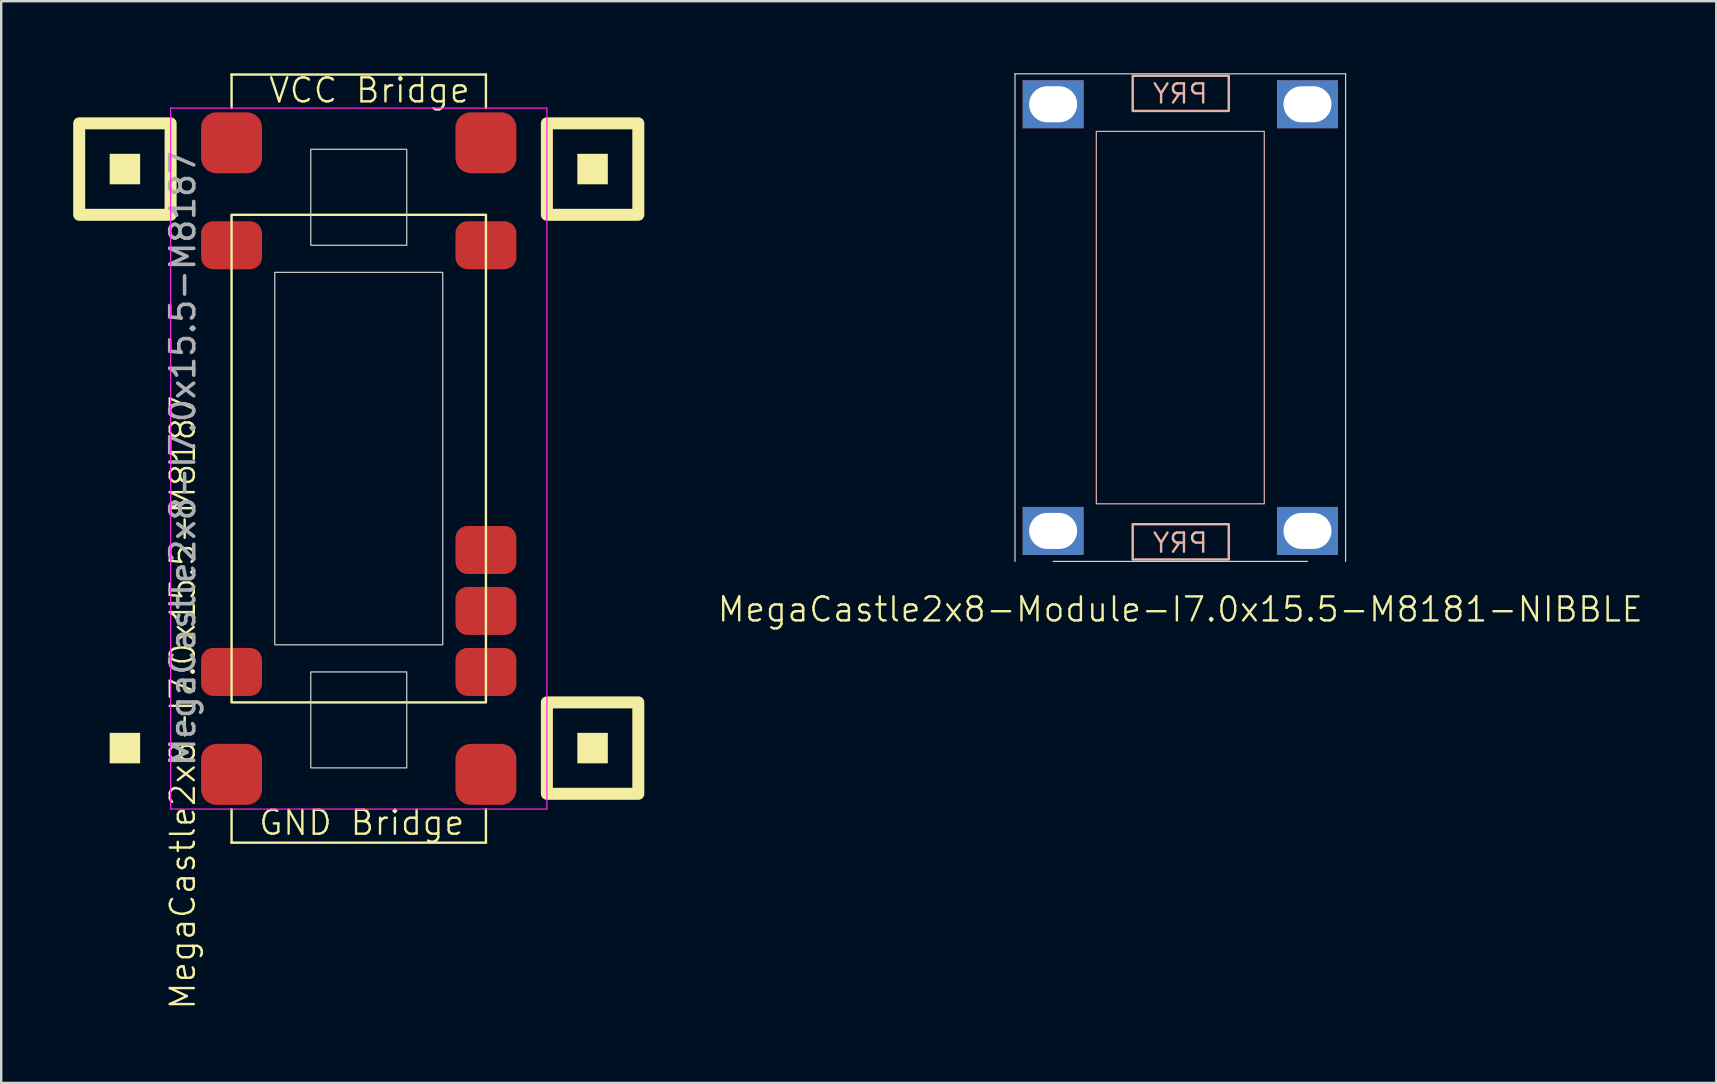
<source format=kicad_pcb>
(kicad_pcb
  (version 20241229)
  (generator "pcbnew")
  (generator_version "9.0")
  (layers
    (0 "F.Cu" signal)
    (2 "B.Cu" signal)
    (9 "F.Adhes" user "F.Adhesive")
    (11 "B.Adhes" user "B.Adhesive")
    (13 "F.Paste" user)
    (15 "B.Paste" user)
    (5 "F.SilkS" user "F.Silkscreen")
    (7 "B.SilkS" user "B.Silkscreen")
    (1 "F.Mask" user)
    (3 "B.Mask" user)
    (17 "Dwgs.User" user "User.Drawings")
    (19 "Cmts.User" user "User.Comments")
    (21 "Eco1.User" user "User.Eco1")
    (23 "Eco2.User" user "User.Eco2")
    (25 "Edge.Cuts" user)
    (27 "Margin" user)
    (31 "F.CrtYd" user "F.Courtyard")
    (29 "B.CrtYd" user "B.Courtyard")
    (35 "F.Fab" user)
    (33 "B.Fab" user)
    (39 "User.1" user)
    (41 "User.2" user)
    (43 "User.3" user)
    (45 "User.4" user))
  (footprint "MegaCastle2x8-I7.0x15.5-M8187"
    (layer "F.Cu")
    (at 11.9 16.06)
    (property "Reference" "MegaCastle2x8-I7.0x15.5-M8187" (at -7.332 10.16 90) (unlocked yes) (layer "F.SilkS") (effects (font (size 1 1) (thickness 0.1))))
    (attr smd)
    (fp_line (start -5.3 -16.005) (end 5.3 -16.005) (stroke (width 0.1) (type default)) (layer "F.SilkS"))
    (fp_line (start -5.3 -14.605) (end -5.3 -16.005) (stroke (width 0.1) (type default)) (layer "F.SilkS"))
    (fp_line (start -5.3 14.605) (end -5.3 16.005) (stroke (width 0.1) (type default)) (layer "F.SilkS"))
    (fp_line (start -5.3 16.005) (end 5.3 16.005) (stroke (width 0.1) (type default)) (layer "F.SilkS"))
    (fp_line (start 5.3 -14.605) (end 5.3 -16.005) (stroke (width 0.1) (type default)) (layer "F.SilkS"))
    (fp_line (start 5.3 14.605) (end 5.3 16.005) (stroke (width 0.1) (type default)) (layer "F.SilkS"))
    (fp_rect (start -9.11 -11.43) (end -10.38 -12.7) (stroke (width 0) (type solid)) (fill yes) (layer "F.SilkS"))
    (fp_rect (start -9.11 12.7) (end -10.38 11.43) (stroke (width 0) (type solid)) (fill yes) (layer "F.SilkS"))
    (fp_rect (start -7.84 -10.16) (end -11.65 -13.97) (stroke (width 0.5) (type default)) (fill no) (layer "F.SilkS"))
    (fp_rect (start -5.3 -10.16) (end 5.3 10.16) (stroke (width 0.1) (type default)) (fill no) (layer "F.SilkS"))
    (fp_rect (start 10.38 -11.43) (end 9.11 -12.7) (stroke (width 0) (type solid)) (fill yes) (layer "F.SilkS"))
    (fp_rect (start 10.38 12.7) (end 9.11 11.43) (stroke (width 0) (type solid)) (fill yes) (layer "F.SilkS"))
    (fp_rect (start 11.65 -10.16) (end 7.84 -13.97) (stroke (width 0.5) (type default)) (fill no) (layer "F.SilkS"))
    (fp_rect (start 11.65 13.97) (end 7.84 10.16) (stroke (width 0.5) (type default)) (fill no) (layer "F.SilkS"))
    (fp_rect (start -3.5 -7.76) (end 3.5 7.76) (stroke (width 0.05) (type default)) (fill no) (layer "Edge.Cuts"))
    (fp_rect (start -2 -8.89) (end 2 -12.89) (stroke (width 0.05) (type default)) (fill no) (layer "Edge.Cuts"))
    (fp_rect (start -2 8.89) (end 2 12.89) (stroke (width 0.05) (type default)) (fill no) (layer "Edge.Cuts"))
    (fp_line (start -7.84 -14.605) (end -7.84 14.605) (stroke (width 0.05) (type default)) (layer "F.CrtYd"))
    (fp_line (start -7.84 14.605) (end 7.84 14.605) (stroke (width 0.05) (type default)) (layer "F.CrtYd"))
    (fp_line (start 7.84 -14.605) (end -7.84 -14.605) (stroke (width 0.05) (type default)) (layer "F.CrtYd"))
    (fp_line (start 7.84 -14.605) (end 7.84 14.605) (stroke (width 0.05) (type default)) (layer "F.CrtYd"))
    (fp_text user "VCC Bridge" (at -3.81 -14.76 0) (unlocked yes) (layer "F.SilkS") (effects (font (size 1 1) (thickness 0.1)) (justify left bottom)))
    (fp_text user "GND Bridge" (at -4.226 15.76 0) (unlocked yes) (layer "F.SilkS") (effects (font (size 1 1) (thickness 0.1)) (justify left bottom)))
    (fp_text user "${REFERENCE}" (at -7.332 0 90) (unlocked yes) (layer "F.Fab") (effects (font (size 1 1) (thickness 0.15))))
    (pad "1" smd roundrect (at -5.3 -8.89) (size 2.54 2) (layers "F.Cu" "F.Mask" "F.Paste") (roundrect_rratio 0.25))
    (pad "8" smd roundrect (at -5.3 8.89) (size 2.54 2) (layers "F.Cu" "F.Mask" "F.Paste") (roundrect_rratio 0.25))
    (pad "9" smd roundrect (at 5.3 -8.89) (size 2.54 2) (layers "F.Cu" "F.Mask" "F.Paste") (roundrect_rratio 0.25))
    (pad "14" smd roundrect (at 5.3 3.81) (size 2.54 2) (layers "F.Cu" "F.Mask" "F.Paste") (roundrect_rratio 0.25))
    (pad "15" smd roundrect (at 5.3 6.35) (size 2.54 2) (layers "F.Cu" "F.Mask" "F.Paste") (roundrect_rratio 0.25))
    (pad "16" smd roundrect (at 5.3 8.89) (size 2.54 2) (layers "F.Cu" "F.Mask" "F.Paste") (roundrect_rratio 0.25))
    (pad "A1" smd roundrect (at -5.3 -13.16) (size 2.54 2.54) (layers "F.Cu" "F.Mask" "F.Paste") (roundrect_rratio 0.25))
    (pad "A2" smd roundrect (at 5.3 -13.16) (size 2.54 2.54) (layers "F.Cu" "F.Mask" "F.Paste") (roundrect_rratio 0.25))
    (pad "B1" smd roundrect (at -5.3 13.16) (size 2.54 2.54) (layers "F.Cu" "F.Mask" "F.Paste") (roundrect_rratio 0.25))
    (pad "B2" smd roundrect (at 5.3 13.16) (size 2.54 2.54) (layers "F.Cu" "F.Mask" "F.Paste") (roundrect_rratio 0.25)))
  (footprint "MegaCastle2x8-Module-I7.0x15.5-M8181-NIBBLE"
    (layer "F.Cu")
    (at 46.136 10.185)
    (property "Reference" "MegaCastle2x8-Module-I7.0x15.5-M8181-NIBBLE" (at 0 12.16 0) (unlocked yes) (layer "F.SilkS") (effects (font (size 1 1) (thickness 0.1))))
    (attr smd)
    (fp_rect (start -3.5 7.76) (end 3.5 -7.76) (stroke (width 0.05) (type default)) (fill no) (layer "B.SilkS"))
    (fp_rect (start -1.984 -8.611) (end 2.02 -10.08) (stroke (width 0.1) (type default)) (fill no) (layer "B.SilkS"))
    (fp_rect (start -1.984 8.611) (end 2.02 10.08) (stroke (width 0.1) (type default)) (fill no) (layer "B.SilkS"))
    (fp_line (start -6.888 -10.16) (end -6.888 10.16) (stroke (width 0.05) (type default)) (layer "Edge.Cuts"))
    (fp_line (start -6.888 -10.16) (end 6.888 -10.16) (stroke (width 0.05) (type default)) (layer "Edge.Cuts"))
    (fp_line (start -5.3 10.16) (end 5.3 10.16) (stroke (width 0.05) (type default)) (layer "Edge.Cuts"))
    (fp_line (start 6.888 -10.16) (end 6.888 10.16) (stroke (width 0.05) (type default)) (layer "Edge.Cuts"))
    (fp_text user "PRY" (at 0 -8.86 0) (unlocked yes) (layer "B.SilkS") (effects (font (size 0.8 0.8) (thickness 0.1)) (justify bottom mirror)))
    (fp_text user "PRY" (at 0 9.86 0) (unlocked yes) (layer "B.SilkS") (effects (font (size 0.8 0.8) (thickness 0.1)) (justify bottom mirror)))
    (pad "1" thru_hole rect (at -5.3 -8.89) (size 2.54 2) (drill oval 2 1.5) (property pad_prop_castellated) (layers "*.Cu" "*.Mask"))
    (pad "8" thru_hole rect (at -5.3 8.89) (size 2.54 2) (drill oval 2 1.5) (property pad_prop_castellated) (layers "*.Cu" "*.Mask"))
    (pad "9" thru_hole rect (at 5.3 -8.89) (size 2.54 2) (drill oval 2 1.5) (property pad_prop_castellated) (layers "*.Cu" "*.Mask"))
    (pad "16" thru_hole rect (at 5.3 8.89) (size 2.54 2) (drill oval 2 1.5) (property pad_prop_castellated) (layers "*.Cu" "*.Mask"))
    (zone (net_name "") (layer "B.Cu") (hatch edge 0.5) (connect_pads) (min_thickness 0.25) (filled_areas_thickness no) (keepout (tracks allowed) (vias allowed) (pads allowed) (copperpour allowed) (footprints not_allowed)) (placement (enabled no)) (fill) (polygon (pts (xy 40.836 20.345) (xy 40.836 0.025) (xy 42.636 0.025) (xy 42.636 20.345))))
    (zone (net_name "") (layer "B.Cu") (hatch edge 0.5) (connect_pads) (min_thickness 0.25) (filled_areas_thickness no) (keepout (tracks allowed) (vias allowed) (pads allowed) (copperpour allowed) (footprints not_allowed)) (placement (enabled no)) (fill) (polygon (pts (xy 42.636 0.025) (xy 42.636 2.425) (xy 49.636 2.425) (xy 49.636 0.025))))
    (zone (net_name "") (layer "B.Cu") (hatch edge 0.5) (connect_pads) (min_thickness 0.25) (filled_areas_thickness no) (keepout (tracks allowed) (vias allowed) (pads allowed) (copperpour allowed) (footprints not_allowed)) (placement (enabled no)) (fill) (polygon (pts (xy 42.636 20.345) (xy 42.636 17.945) (xy 49.636 17.945) (xy 49.636 20.345))))
    (zone (net_name "") (layer "B.Cu") (name "Upper Pry Zone") (hatch edge 0.5) (connect_pads) (min_thickness 0.25) (filled_areas_thickness no) (keepout (tracks not_allowed) (vias not_allowed) (pads not_allowed) (copperpour allowed) (footprints not_allowed)) (placement (enabled no)) (fill) (polygon (pts (xy 44.151 1.574) (xy 44.151 0.105) (xy 48.155 0.105) (xy 48.155 1.574))))
    (zone (net_name "") (layer "B.Cu") (name "Upper Pry Zone") (hatch edge 0.5) (connect_pads) (min_thickness 0.25) (filled_areas_thickness no) (keepout (tracks not_allowed) (vias not_allowed) (pads not_allowed) (copperpour allowed) (footprints not_allowed)) (placement (enabled no)) (fill) (polygon (pts (xy 44.151 18.796) (xy 44.151 20.265) (xy 48.155 20.265) (xy 48.155 18.796))))
    (zone (net_name "") (layer "B.Cu") (hatch edge 0.5) (connect_pads) (min_thickness 0.25) (filled_areas_thickness no) (keepout (tracks allowed) (vias allowed) (pads allowed) (copperpour allowed) (footprints not_allowed)) (placement (enabled no)) (fill) (polygon (pts (xy 51.436 20.345) (xy 51.436 0.025) (xy 49.636 0.025) (xy 49.636 20.345)))))
  (gr_rect
    (start -3 -3)
    (end 68.471 42.08)
    (stroke (width 0.1) (type default))
    (fill no)
    (layer "Edge.Cuts")))
</source>
